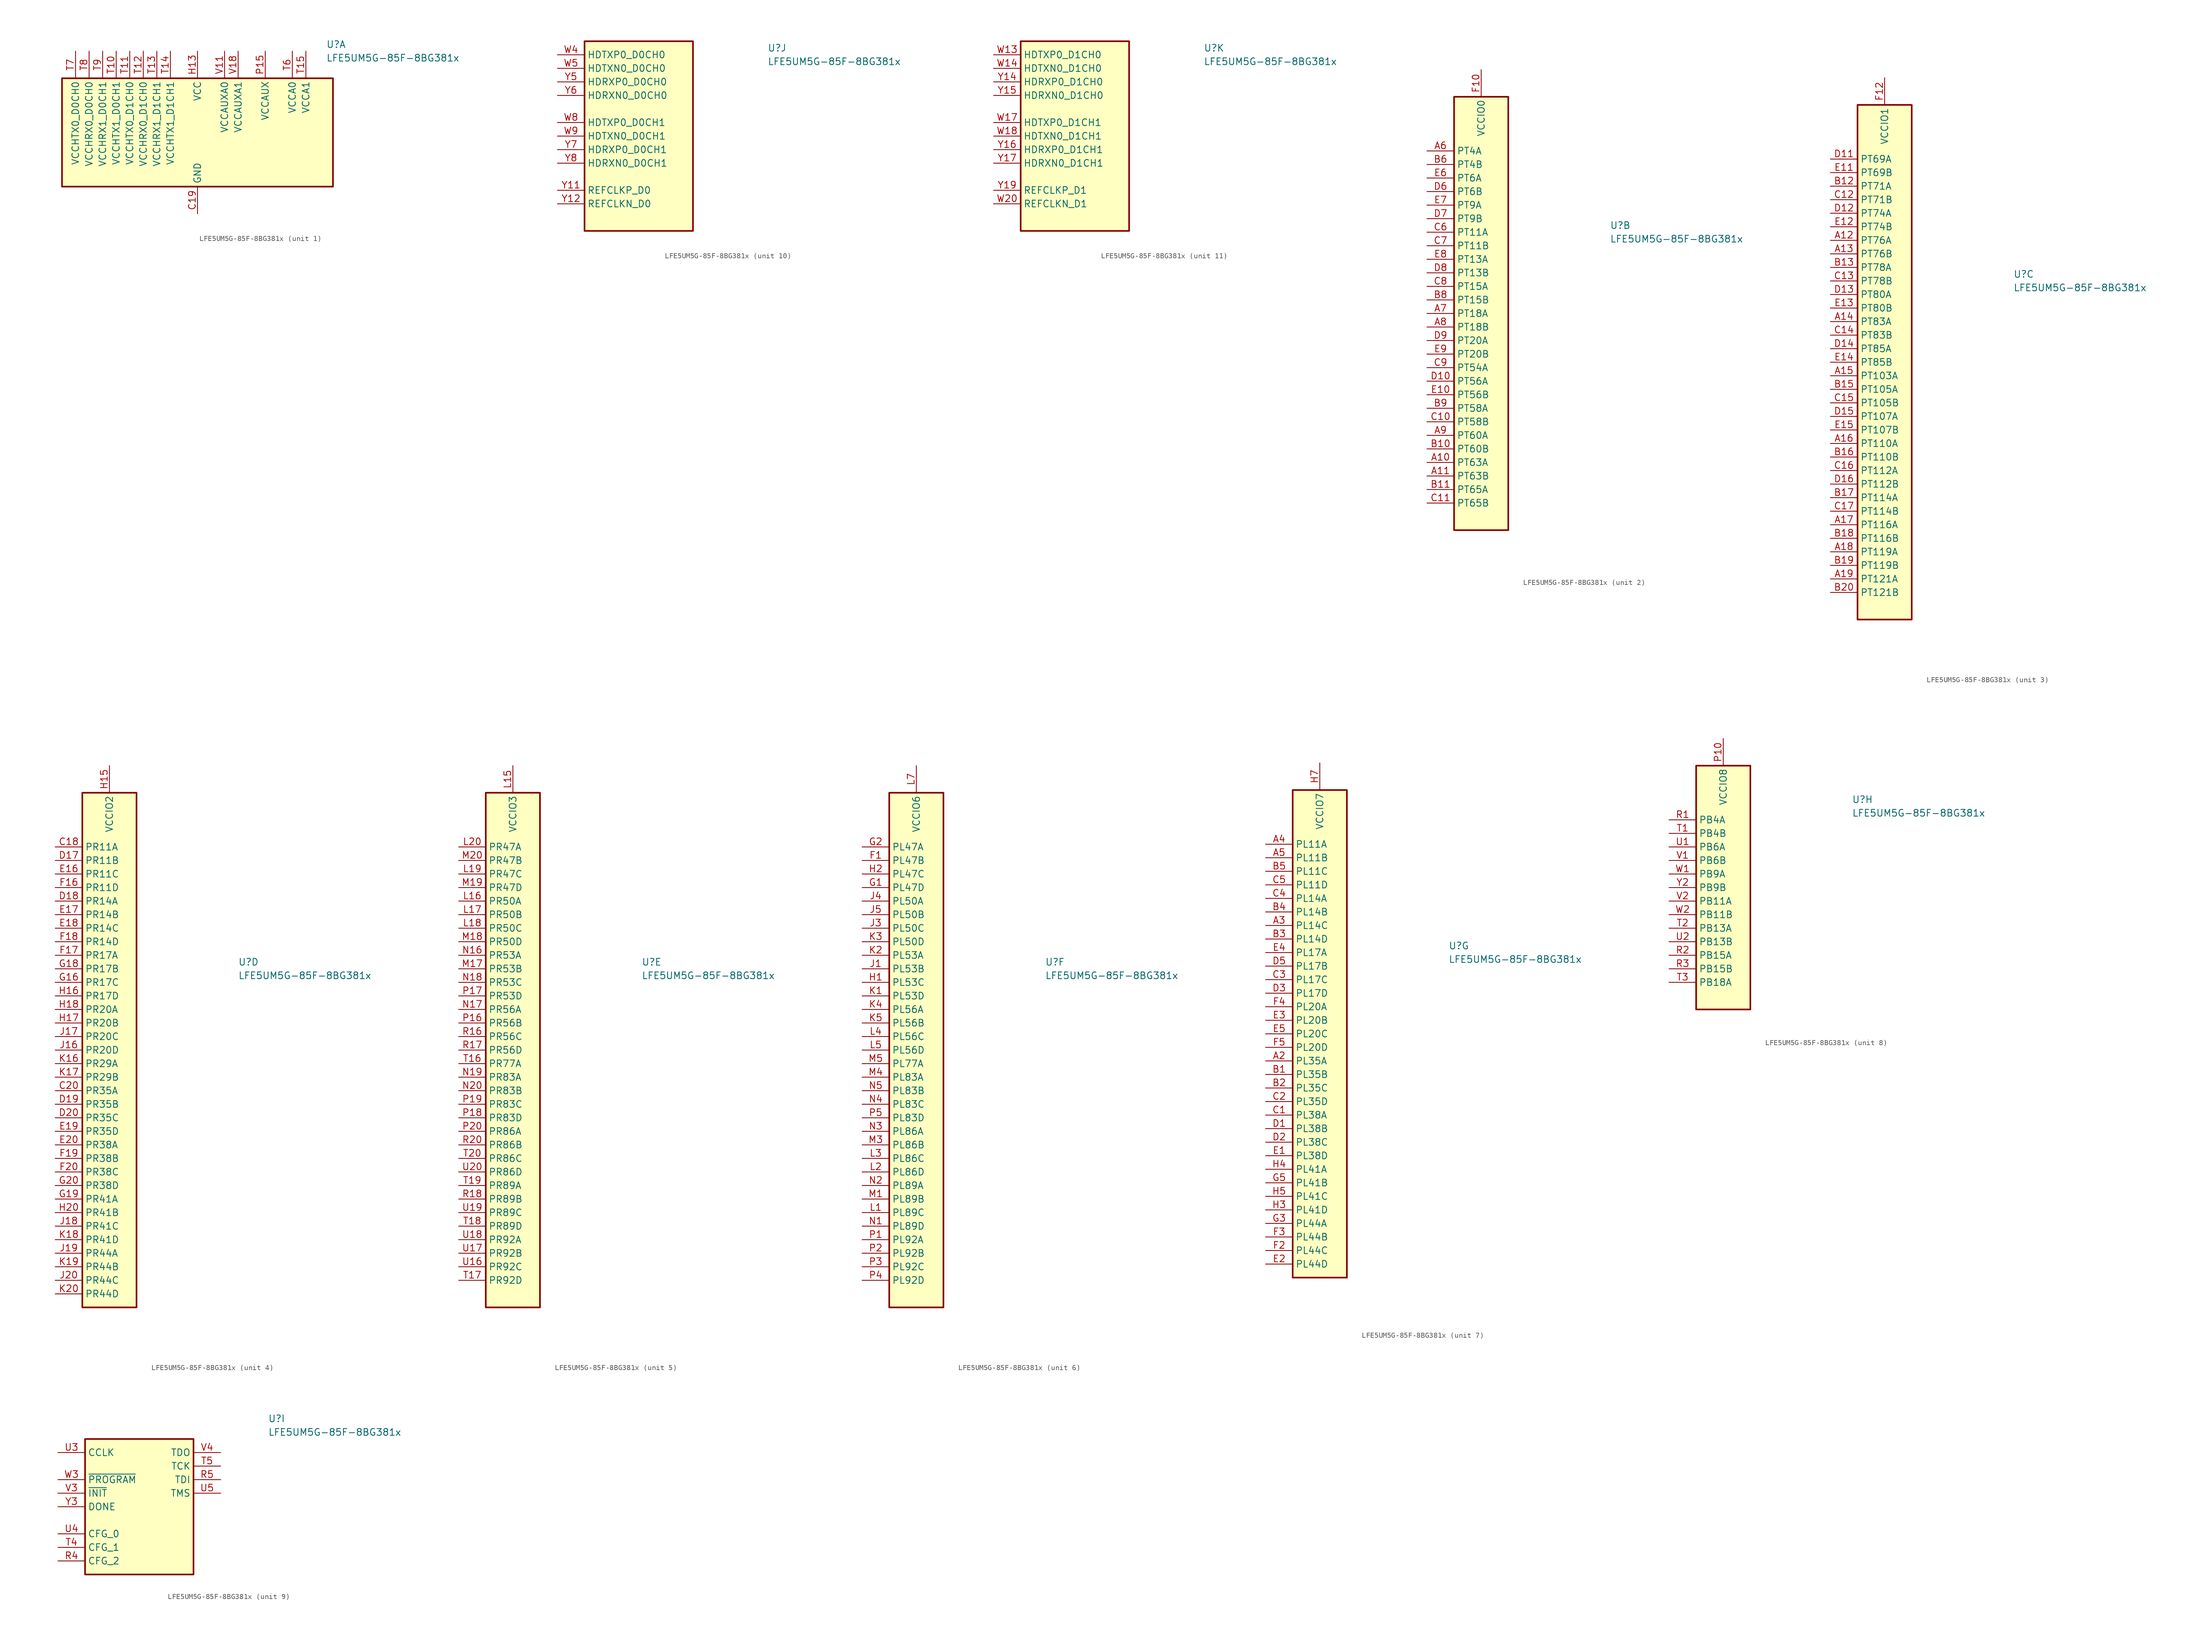
<source format=kicad_sym>
(kicad_symbol_lib
  (version 20211014)
  (generator kicad_symbol_editor)
  (symbol "LFE5UM5G-85F-8BG381x"
    (property "Reference" "U"
      (at 24.13 16.51 0)
      (effects (font (size 1.27 1.27)) (justify left)))
    (property "Value" "LFE5UM5G-85F-8BG381x"
      (at 24.13 13.97 0)
      (effects (font (size 1.27 1.27)) (justify left)))
    (property "ki_locked" ""
      (at 0 0 0)
      (effects (font (size 1.27 1.27))))
    (symbol "LFE5UM5G-85F-8BG381x_1_1"
      (rectangle (start -25.4 10.16) (end 25.4 -10.16) (stroke (width 0.305) (type default) (color 0 0 0 0)) (fill (type background)))
      (pin passive line (at 0 -15.24 90) (length 5.08) hide (name "GND" (effects (font (size 1.27 1.27)))) (number "B14" (effects (font (size 1.27 1.27)))))
      (pin passive line (at 0 -15.24 90) (length 5.08) hide (name "GND" (effects (font (size 1.27 1.27)))) (number "B7" (effects (font (size 1.27 1.27)))))
      (pin power_in line (at 0 -15.24 90) (length 5.08) (name "GND" (effects (font (size 1.27 1.27)))) (number "C19" (effects (font (size 1.27 1.27)))))
      (pin passive line (at 0 -15.24 90) (length 5.08) hide (name "GND" (effects (font (size 1.27 1.27)))) (number "D4" (effects (font (size 1.27 1.27)))))
      (pin passive line (at 0 -15.24 90) (length 5.08) hide (name "GND" (effects (font (size 1.27 1.27)))) (number "F13" (effects (font (size 1.27 1.27)))))
      (pin passive line (at 0 -15.24 90) (length 5.08) hide (name "GND" (effects (font (size 1.27 1.27)))) (number "F14" (effects (font (size 1.27 1.27)))))
      (pin passive line (at 12.7 15.24 270) (length 5.08) hide (name "VCCAUX" (effects (font (size 1.27 1.27)))) (number "F15" (effects (font (size 1.27 1.27)))))
      (pin passive line (at 12.7 15.24 270) (length 5.08) hide (name "VCCAUX" (effects (font (size 1.27 1.27)))) (number "F6" (effects (font (size 1.27 1.27)))))
      (pin passive line (at 0 -15.24 90) (length 5.08) hide (name "GND" (effects (font (size 1.27 1.27)))) (number "F7" (effects (font (size 1.27 1.27)))))
      (pin passive line (at 0 -15.24 90) (length 5.08) hide (name "GND" (effects (font (size 1.27 1.27)))) (number "F8" (effects (font (size 1.27 1.27)))))
      (pin passive line (at 0 -15.24 90) (length 5.08) hide (name "GND" (effects (font (size 1.27 1.27)))) (number "G10" (effects (font (size 1.27 1.27)))))
      (pin passive line (at 0 -15.24 90) (length 5.08) hide (name "GND" (effects (font (size 1.27 1.27)))) (number "G11" (effects (font (size 1.27 1.27)))))
      (pin passive line (at 0 -15.24 90) (length 5.08) hide (name "GND" (effects (font (size 1.27 1.27)))) (number "G12" (effects (font (size 1.27 1.27)))))
      (pin passive line (at 0 -15.24 90) (length 5.08) hide (name "GND" (effects (font (size 1.27 1.27)))) (number "G13" (effects (font (size 1.27 1.27)))))
      (pin passive line (at 0 -15.24 90) (length 5.08) hide (name "GND" (effects (font (size 1.27 1.27)))) (number "G14" (effects (font (size 1.27 1.27)))))
      (pin passive line (at 0 -15.24 90) (length 5.08) hide (name "GND" (effects (font (size 1.27 1.27)))) (number "G15" (effects (font (size 1.27 1.27)))))
      (pin passive line (at 0 -15.24 90) (length 5.08) hide (name "GND" (effects (font (size 1.27 1.27)))) (number "G17" (effects (font (size 1.27 1.27)))))
      (pin passive line (at 0 -15.24 90) (length 5.08) hide (name "GND" (effects (font (size 1.27 1.27)))) (number "G4" (effects (font (size 1.27 1.27)))))
      (pin passive line (at 0 -15.24 90) (length 5.08) hide (name "GND" (effects (font (size 1.27 1.27)))) (number "G6" (effects (font (size 1.27 1.27)))))
      (pin passive line (at 0 -15.24 90) (length 5.08) hide (name "GND" (effects (font (size 1.27 1.27)))) (number "G7" (effects (font (size 1.27 1.27)))))
      (pin passive line (at 0 -15.24 90) (length 5.08) hide (name "GND" (effects (font (size 1.27 1.27)))) (number "G8" (effects (font (size 1.27 1.27)))))
      (pin passive line (at 0 -15.24 90) (length 5.08) hide (name "GND" (effects (font (size 1.27 1.27)))) (number "G9" (effects (font (size 1.27 1.27)))))
      (pin passive line (at 0 15.24 270) (length 5.08) hide (name "VCC" (effects (font (size 1.27 1.27)))) (number "H10" (effects (font (size 1.27 1.27)))))
      (pin passive line (at 0 15.24 270) (length 5.08) hide (name "VCC" (effects (font (size 1.27 1.27)))) (number "H11" (effects (font (size 1.27 1.27)))))
      (pin passive line (at 0 15.24 270) (length 5.08) hide (name "VCC" (effects (font (size 1.27 1.27)))) (number "H12" (effects (font (size 1.27 1.27)))))
      (pin power_in line (at 0 15.24 270) (length 5.08) (name "VCC" (effects (font (size 1.27 1.27)))) (number "H13" (effects (font (size 1.27 1.27)))))
      (pin passive line (at 0 -15.24 90) (length 5.08) hide (name "GND" (effects (font (size 1.27 1.27)))) (number "H19" (effects (font (size 1.27 1.27)))))
      (pin passive line (at 0 15.24 270) (length 5.08) hide (name "VCC" (effects (font (size 1.27 1.27)))) (number "H8" (effects (font (size 1.27 1.27)))))
      (pin passive line (at 0 15.24 270) (length 5.08) hide (name "VCC" (effects (font (size 1.27 1.27)))) (number "H9" (effects (font (size 1.27 1.27)))))
      (pin passive line (at 0 -15.24 90) (length 5.08) hide (name "GND" (effects (font (size 1.27 1.27)))) (number "J10" (effects (font (size 1.27 1.27)))))
      (pin passive line (at 0 -15.24 90) (length 5.08) hide (name "GND" (effects (font (size 1.27 1.27)))) (number "J11" (effects (font (size 1.27 1.27)))))
      (pin passive line (at 0 -15.24 90) (length 5.08) hide (name "GND" (effects (font (size 1.27 1.27)))) (number "J12" (effects (font (size 1.27 1.27)))))
      (pin passive line (at 0 15.24 270) (length 5.08) hide (name "VCC" (effects (font (size 1.27 1.27)))) (number "J13" (effects (font (size 1.27 1.27)))))
      (pin passive line (at 0 -15.24 90) (length 5.08) hide (name "GND" (effects (font (size 1.27 1.27)))) (number "J14" (effects (font (size 1.27 1.27)))))
      (pin passive line (at 0 -15.24 90) (length 5.08) hide (name "GND" (effects (font (size 1.27 1.27)))) (number "J2" (effects (font (size 1.27 1.27)))))
      (pin passive line (at 0 -15.24 90) (length 5.08) hide (name "GND" (effects (font (size 1.27 1.27)))) (number "J7" (effects (font (size 1.27 1.27)))))
      (pin passive line (at 0 15.24 270) (length 5.08) hide (name "VCC" (effects (font (size 1.27 1.27)))) (number "J8" (effects (font (size 1.27 1.27)))))
      (pin passive line (at 0 -15.24 90) (length 5.08) hide (name "GND" (effects (font (size 1.27 1.27)))) (number "J9" (effects (font (size 1.27 1.27)))))
      (pin passive line (at 0 -15.24 90) (length 5.08) hide (name "GND" (effects (font (size 1.27 1.27)))) (number "K10" (effects (font (size 1.27 1.27)))))
      (pin passive line (at 0 -15.24 90) (length 5.08) hide (name "GND" (effects (font (size 1.27 1.27)))) (number "K11" (effects (font (size 1.27 1.27)))))
      (pin passive line (at 0 -15.24 90) (length 5.08) hide (name "GND" (effects (font (size 1.27 1.27)))) (number "K12" (effects (font (size 1.27 1.27)))))
      (pin passive line (at 0 15.24 270) (length 5.08) hide (name "VCC" (effects (font (size 1.27 1.27)))) (number "K13" (effects (font (size 1.27 1.27)))))
      (pin passive line (at 0 -15.24 90) (length 5.08) hide (name "GND" (effects (font (size 1.27 1.27)))) (number "K14" (effects (font (size 1.27 1.27)))))
      (pin passive line (at 0 -15.24 90) (length 5.08) hide (name "GND" (effects (font (size 1.27 1.27)))) (number "K15" (effects (font (size 1.27 1.27)))))
      (pin passive line (at 0 -15.24 90) (length 5.08) hide (name "GND" (effects (font (size 1.27 1.27)))) (number "K6" (effects (font (size 1.27 1.27)))))
      (pin passive line (at 0 -15.24 90) (length 5.08) hide (name "GND" (effects (font (size 1.27 1.27)))) (number "K7" (effects (font (size 1.27 1.27)))))
      (pin passive line (at 0 15.24 270) (length 5.08) hide (name "VCC" (effects (font (size 1.27 1.27)))) (number "K8" (effects (font (size 1.27 1.27)))))
      (pin passive line (at 0 -15.24 90) (length 5.08) hide (name "GND" (effects (font (size 1.27 1.27)))) (number "K9" (effects (font (size 1.27 1.27)))))
      (pin passive line (at 0 -15.24 90) (length 5.08) hide (name "GND" (effects (font (size 1.27 1.27)))) (number "L10" (effects (font (size 1.27 1.27)))))
      (pin passive line (at 0 -15.24 90) (length 5.08) hide (name "GND" (effects (font (size 1.27 1.27)))) (number "L11" (effects (font (size 1.27 1.27)))))
      (pin passive line (at 0 -15.24 90) (length 5.08) hide (name "GND" (effects (font (size 1.27 1.27)))) (number "L12" (effects (font (size 1.27 1.27)))))
      (pin passive line (at 0 15.24 270) (length 5.08) hide (name "VCC" (effects (font (size 1.27 1.27)))) (number "L13" (effects (font (size 1.27 1.27)))))
      (pin passive line (at 0 15.24 270) (length 5.08) hide (name "VCC" (effects (font (size 1.27 1.27)))) (number "L8" (effects (font (size 1.27 1.27)))))
      (pin passive line (at 0 -15.24 90) (length 5.08) hide (name "GND" (effects (font (size 1.27 1.27)))) (number "L9" (effects (font (size 1.27 1.27)))))
      (pin passive line (at 0 -15.24 90) (length 5.08) hide (name "GND" (effects (font (size 1.27 1.27)))) (number "M10" (effects (font (size 1.27 1.27)))))
      (pin passive line (at 0 -15.24 90) (length 5.08) hide (name "GND" (effects (font (size 1.27 1.27)))) (number "M11" (effects (font (size 1.27 1.27)))))
      (pin passive line (at 0 -15.24 90) (length 5.08) hide (name "GND" (effects (font (size 1.27 1.27)))) (number "M12" (effects (font (size 1.27 1.27)))))
      (pin passive line (at 0 15.24 270) (length 5.08) hide (name "VCC" (effects (font (size 1.27 1.27)))) (number "M13" (effects (font (size 1.27 1.27)))))
      (pin passive line (at 0 -15.24 90) (length 5.08) hide (name "GND" (effects (font (size 1.27 1.27)))) (number "M14" (effects (font (size 1.27 1.27)))))
      (pin passive line (at 0 -15.24 90) (length 5.08) hide (name "GND" (effects (font (size 1.27 1.27)))) (number "M16" (effects (font (size 1.27 1.27)))))
      (pin passive line (at 0 -15.24 90) (length 5.08) hide (name "GND" (effects (font (size 1.27 1.27)))) (number "M2" (effects (font (size 1.27 1.27)))))
      (pin passive line (at 0 -15.24 90) (length 5.08) hide (name "GND" (effects (font (size 1.27 1.27)))) (number "M7" (effects (font (size 1.27 1.27)))))
      (pin passive line (at 0 15.24 270) (length 5.08) hide (name "VCC" (effects (font (size 1.27 1.27)))) (number "M8" (effects (font (size 1.27 1.27)))))
      (pin passive line (at 0 -15.24 90) (length 5.08) hide (name "GND" (effects (font (size 1.27 1.27)))) (number "M9" (effects (font (size 1.27 1.27)))))
      (pin passive line (at 0 15.24 270) (length 5.08) hide (name "VCC" (effects (font (size 1.27 1.27)))) (number "N10" (effects (font (size 1.27 1.27)))))
      (pin passive line (at 0 15.24 270) (length 5.08) hide (name "VCC" (effects (font (size 1.27 1.27)))) (number "N11" (effects (font (size 1.27 1.27)))))
      (pin passive line (at 0 15.24 270) (length 5.08) hide (name "VCC" (effects (font (size 1.27 1.27)))) (number "N12" (effects (font (size 1.27 1.27)))))
      (pin passive line (at 0 15.24 270) (length 5.08) hide (name "VCC" (effects (font (size 1.27 1.27)))) (number "N13" (effects (font (size 1.27 1.27)))))
      (pin passive line (at 0 -15.24 90) (length 5.08) hide (name "GND" (effects (font (size 1.27 1.27)))) (number "N14" (effects (font (size 1.27 1.27)))))
      (pin passive line (at 0 -15.24 90) (length 5.08) hide (name "GND" (effects (font (size 1.27 1.27)))) (number "N15" (effects (font (size 1.27 1.27)))))
      (pin passive line (at 0 -15.24 90) (length 5.08) hide (name "GND" (effects (font (size 1.27 1.27)))) (number "N6" (effects (font (size 1.27 1.27)))))
      (pin passive line (at 0 -15.24 90) (length 5.08) hide (name "GND" (effects (font (size 1.27 1.27)))) (number "N7" (effects (font (size 1.27 1.27)))))
      (pin passive line (at 0 15.24 270) (length 5.08) hide (name "VCC" (effects (font (size 1.27 1.27)))) (number "N8" (effects (font (size 1.27 1.27)))))
      (pin passive line (at 0 15.24 270) (length 5.08) hide (name "VCC" (effects (font (size 1.27 1.27)))) (number "N9" (effects (font (size 1.27 1.27)))))
      (pin passive line (at 0 -15.24 90) (length 5.08) hide (name "GND" (effects (font (size 1.27 1.27)))) (number "P11" (effects (font (size 1.27 1.27)))))
      (pin passive line (at 0 -15.24 90) (length 5.08) hide (name "GND" (effects (font (size 1.27 1.27)))) (number "P12" (effects (font (size 1.27 1.27)))))
      (pin passive line (at 0 -15.24 90) (length 5.08) hide (name "GND" (effects (font (size 1.27 1.27)))) (number "P13" (effects (font (size 1.27 1.27)))))
      (pin passive line (at 0 -15.24 90) (length 5.08) hide (name "GND" (effects (font (size 1.27 1.27)))) (number "P14" (effects (font (size 1.27 1.27)))))
      (pin power_in line (at 12.7 15.24 270) (length 5.08) (name "VCCAUX" (effects (font (size 1.27 1.27)))) (number "P15" (effects (font (size 1.27 1.27)))))
      (pin passive line (at 12.7 15.24 270) (length 5.08) hide (name "VCCAUX" (effects (font (size 1.27 1.27)))) (number "P6" (effects (font (size 1.27 1.27)))))
      (pin passive line (at 0 -15.24 90) (length 5.08) hide (name "GND" (effects (font (size 1.27 1.27)))) (number "P7" (effects (font (size 1.27 1.27)))))
      (pin passive line (at 0 -15.24 90) (length 5.08) hide (name "GND" (effects (font (size 1.27 1.27)))) (number "P8" (effects (font (size 1.27 1.27)))))
      (pin passive line (at 0 -15.24 90) (length 5.08) hide (name "GND" (effects (font (size 1.27 1.27)))) (number "R19" (effects (font (size 1.27 1.27)))))
      (pin power_in line (at -15.24 15.24 270) (length 5.08) (name "VCCHTX1_D0CH1" (effects (font (size 1.27 1.27)))) (number "T10" (effects (font (size 1.27 1.27)))))
      (pin power_in line (at -12.7 15.24 270) (length 5.08) (name "VCCHTX0_D1CH0" (effects (font (size 1.27 1.27)))) (number "T11" (effects (font (size 1.27 1.27)))))
      (pin power_in line (at -10.16 15.24 270) (length 5.08) (name "VCCHRX0_D1CH0" (effects (font (size 1.27 1.27)))) (number "T12" (effects (font (size 1.27 1.27)))))
      (pin power_in line (at -7.62 15.24 270) (length 5.08) (name "VCCHRX1_D1CH1" (effects (font (size 1.27 1.27)))) (number "T13" (effects (font (size 1.27 1.27)))))
      (pin power_in line (at -5.08 15.24 270) (length 5.08) (name "VCCHTX1_D1CH1" (effects (font (size 1.27 1.27)))) (number "T14" (effects (font (size 1.27 1.27)))))
      (pin power_in line (at 20.32 15.24 270) (length 5.08) (name "VCCA1" (effects (font (size 1.27 1.27)))) (number "T15" (effects (font (size 1.27 1.27)))))
      (pin power_in line (at 17.78 15.24 270) (length 5.08) (name "VCCA0" (effects (font (size 1.27 1.27)))) (number "T6" (effects (font (size 1.27 1.27)))))
      (pin power_in line (at -22.86 15.24 270) (length 5.08) (name "VCCHTX0_D0CH0" (effects (font (size 1.27 1.27)))) (number "T7" (effects (font (size 1.27 1.27)))))
      (pin power_in line (at -20.32 15.24 270) (length 5.08) (name "VCCHRX0_D0CH0" (effects (font (size 1.27 1.27)))) (number "T8" (effects (font (size 1.27 1.27)))))
      (pin power_in line (at -17.78 15.24 270) (length 5.08) (name "VCCHRX1_D0CH1" (effects (font (size 1.27 1.27)))) (number "T9" (effects (font (size 1.27 1.27)))))
      (pin passive line (at 0 -15.24 90) (length 5.08) hide (name "GND" (effects (font (size 1.27 1.27)))) (number "U10" (effects (font (size 1.27 1.27)))))
      (pin passive line (at 0 -15.24 90) (length 5.08) hide (name "GND" (effects (font (size 1.27 1.27)))) (number "U11" (effects (font (size 1.27 1.27)))))
      (pin passive line (at 0 -15.24 90) (length 5.08) hide (name "GND" (effects (font (size 1.27 1.27)))) (number "U12" (effects (font (size 1.27 1.27)))))
      (pin passive line (at 0 -15.24 90) (length 5.08) hide (name "GND" (effects (font (size 1.27 1.27)))) (number "U13" (effects (font (size 1.27 1.27)))))
      (pin passive line (at 0 -15.24 90) (length 5.08) hide (name "GND" (effects (font (size 1.27 1.27)))) (number "U14" (effects (font (size 1.27 1.27)))))
      (pin passive line (at 20.32 15.24 270) (length 5.08) hide (name "VCCA1" (effects (font (size 1.27 1.27)))) (number "U15" (effects (font (size 1.27 1.27)))))
      (pin passive line (at 17.78 15.24 270) (length 5.08) hide (name "VCCA0" (effects (font (size 1.27 1.27)))) (number "U6" (effects (font (size 1.27 1.27)))))
      (pin passive line (at 0 -15.24 90) (length 5.08) hide (name "GND" (effects (font (size 1.27 1.27)))) (number "U7" (effects (font (size 1.27 1.27)))))
      (pin passive line (at 0 -15.24 90) (length 5.08) hide (name "GND" (effects (font (size 1.27 1.27)))) (number "U8" (effects (font (size 1.27 1.27)))))
      (pin passive line (at 0 -15.24 90) (length 5.08) hide (name "GND" (effects (font (size 1.27 1.27)))) (number "U9" (effects (font (size 1.27 1.27)))))
      (pin passive line (at 5.08 15.24 270) (length 5.08) hide (name "VCCAUXA0" (effects (font (size 1.27 1.27)))) (number "V10" (effects (font (size 1.27 1.27)))))
      (pin power_in line (at 5.08 15.24 270) (length 5.08) (name "VCCAUXA0" (effects (font (size 1.27 1.27)))) (number "V11" (effects (font (size 1.27 1.27)))))
      (pin passive line (at 0 -15.24 90) (length 5.08) hide (name "GND" (effects (font (size 1.27 1.27)))) (number "V12" (effects (font (size 1.27 1.27)))))
      (pin passive line (at 0 -15.24 90) (length 5.08) hide (name "GND" (effects (font (size 1.27 1.27)))) (number "V13" (effects (font (size 1.27 1.27)))))
      (pin passive line (at 0 -15.24 90) (length 5.08) hide (name "GND" (effects (font (size 1.27 1.27)))) (number "V14" (effects (font (size 1.27 1.27)))))
      (pin passive line (at 0 -15.24 90) (length 5.08) hide (name "GND" (effects (font (size 1.27 1.27)))) (number "V15" (effects (font (size 1.27 1.27)))))
      (pin passive line (at 0 -15.24 90) (length 5.08) hide (name "GND" (effects (font (size 1.27 1.27)))) (number "V16" (effects (font (size 1.27 1.27)))))
      (pin passive line (at 7.62 15.24 270) (length 5.08) hide (name "VCCAUXA1" (effects (font (size 1.27 1.27)))) (number "V17" (effects (font (size 1.27 1.27)))))
      (pin power_in line (at 7.62 15.24 270) (length 5.08) (name "VCCAUXA1" (effects (font (size 1.27 1.27)))) (number "V18" (effects (font (size 1.27 1.27)))))
      (pin passive line (at 0 -15.24 90) (length 5.08) hide (name "GND" (effects (font (size 1.27 1.27)))) (number "V19" (effects (font (size 1.27 1.27)))))
      (pin passive line (at 0 -15.24 90) (length 5.08) hide (name "GND" (effects (font (size 1.27 1.27)))) (number "V20" (effects (font (size 1.27 1.27)))))
      (pin passive line (at 0 -15.24 90) (length 5.08) hide (name "GND" (effects (font (size 1.27 1.27)))) (number "V5" (effects (font (size 1.27 1.27)))))
      (pin passive line (at 0 -15.24 90) (length 5.08) hide (name "GND" (effects (font (size 1.27 1.27)))) (number "V6" (effects (font (size 1.27 1.27)))))
      (pin passive line (at 0 -15.24 90) (length 5.08) hide (name "GND" (effects (font (size 1.27 1.27)))) (number "V7" (effects (font (size 1.27 1.27)))))
      (pin passive line (at 0 -15.24 90) (length 5.08) hide (name "GND" (effects (font (size 1.27 1.27)))) (number "V8" (effects (font (size 1.27 1.27)))))
      (pin passive line (at 0 -15.24 90) (length 5.08) hide (name "GND" (effects (font (size 1.27 1.27)))) (number "V9" (effects (font (size 1.27 1.27)))))
      (pin passive line (at 0 -15.24 90) (length 5.08) hide (name "GND" (effects (font (size 1.27 1.27)))) (number "W12" (effects (font (size 1.27 1.27)))))
      (pin passive line (at 0 -15.24 90) (length 5.08) hide (name "GND" (effects (font (size 1.27 1.27)))) (number "W15" (effects (font (size 1.27 1.27)))))
      (pin passive line (at 0 -15.24 90) (length 5.08) hide (name "GND" (effects (font (size 1.27 1.27)))) (number "W16" (effects (font (size 1.27 1.27)))))
      (pin passive line (at 0 -15.24 90) (length 5.08) hide (name "GND" (effects (font (size 1.27 1.27)))) (number "W19" (effects (font (size 1.27 1.27)))))
      (pin passive line (at 0 -15.24 90) (length 5.08) hide (name "GND" (effects (font (size 1.27 1.27)))) (number "W6" (effects (font (size 1.27 1.27)))))
      (pin passive line (at 0 -15.24 90) (length 5.08) hide (name "GND" (effects (font (size 1.27 1.27)))) (number "W7" (effects (font (size 1.27 1.27))))))
    (symbol "LFE5UM5G-85F-8BG381x_2_1"
      (rectangle (start -5.08 40.64) (end 5.08 -40.64) (stroke (width 0.305) (type default) (color 0 0 0 0)) (fill (type background)))
      (pin bidirectional line (at -10.16 -27.94 0) (length 5.08) (name "PT63A" (effects (font (size 1.27 1.27)))) (number "A10" (effects (font (size 1.27 1.27)))))
      (pin bidirectional line (at -10.16 -30.48 0) (length 5.08) (name "PT63B" (effects (font (size 1.27 1.27)))) (number "A11" (effects (font (size 1.27 1.27)))))
      (pin bidirectional line (at -10.16 30.48 0) (length 5.08) (name "PT4A" (effects (font (size 1.27 1.27)))) (number "A6" (effects (font (size 1.27 1.27)))))
      (pin bidirectional line (at -10.16 0 0) (length 5.08) (name "PT18A" (effects (font (size 1.27 1.27)))) (number "A7" (effects (font (size 1.27 1.27)))))
      (pin bidirectional line (at -10.16 -2.54 0) (length 5.08) (name "PT18B" (effects (font (size 1.27 1.27)))) (number "A8" (effects (font (size 1.27 1.27)))))
      (pin bidirectional line (at -10.16 -22.86 0) (length 5.08) (name "PT60A" (effects (font (size 1.27 1.27)))) (number "A9" (effects (font (size 1.27 1.27)))))
      (pin bidirectional line (at -10.16 -25.4 0) (length 5.08) (name "PT60B" (effects (font (size 1.27 1.27)))) (number "B10" (effects (font (size 1.27 1.27)))))
      (pin bidirectional line (at -10.16 -33.02 0) (length 5.08) (name "PT65A" (effects (font (size 1.27 1.27)))) (number "B11" (effects (font (size 1.27 1.27)))))
      (pin bidirectional line (at -10.16 27.94 0) (length 5.08) (name "PT4B" (effects (font (size 1.27 1.27)))) (number "B6" (effects (font (size 1.27 1.27)))))
      (pin bidirectional line (at -10.16 2.54 0) (length 5.08) (name "PT15B" (effects (font (size 1.27 1.27)))) (number "B8" (effects (font (size 1.27 1.27)))))
      (pin bidirectional line (at -10.16 -17.78 0) (length 5.08) (name "PT58A" (effects (font (size 1.27 1.27)))) (number "B9" (effects (font (size 1.27 1.27)))))
      (pin bidirectional line (at -10.16 -20.32 0) (length 5.08) (name "PT58B" (effects (font (size 1.27 1.27)))) (number "C10" (effects (font (size 1.27 1.27)))))
      (pin bidirectional line (at -10.16 -35.56 0) (length 5.08) (name "PT65B" (effects (font (size 1.27 1.27)))) (number "C11" (effects (font (size 1.27 1.27)))))
      (pin bidirectional line (at -10.16 15.24 0) (length 5.08) (name "PT11A" (effects (font (size 1.27 1.27)))) (number "C6" (effects (font (size 1.27 1.27)))))
      (pin bidirectional line (at -10.16 12.7 0) (length 5.08) (name "PT11B" (effects (font (size 1.27 1.27)))) (number "C7" (effects (font (size 1.27 1.27)))))
      (pin bidirectional line (at -10.16 5.08 0) (length 5.08) (name "PT15A" (effects (font (size 1.27 1.27)))) (number "C8" (effects (font (size 1.27 1.27)))))
      (pin bidirectional line (at -10.16 -10.16 0) (length 5.08) (name "PT54A" (effects (font (size 1.27 1.27)))) (number "C9" (effects (font (size 1.27 1.27)))))
      (pin bidirectional line (at -10.16 -12.7 0) (length 5.08) (name "PT56A" (effects (font (size 1.27 1.27)))) (number "D10" (effects (font (size 1.27 1.27)))))
      (pin bidirectional line (at -10.16 22.86 0) (length 5.08) (name "PT6B" (effects (font (size 1.27 1.27)))) (number "D6" (effects (font (size 1.27 1.27)))))
      (pin bidirectional line (at -10.16 17.78 0) (length 5.08) (name "PT9B" (effects (font (size 1.27 1.27)))) (number "D7" (effects (font (size 1.27 1.27)))))
      (pin bidirectional line (at -10.16 7.62 0) (length 5.08) (name "PT13B" (effects (font (size 1.27 1.27)))) (number "D8" (effects (font (size 1.27 1.27)))))
      (pin bidirectional line (at -10.16 -5.08 0) (length 5.08) (name "PT20A" (effects (font (size 1.27 1.27)))) (number "D9" (effects (font (size 1.27 1.27)))))
      (pin bidirectional line (at -10.16 -15.24 0) (length 5.08) (name "PT56B" (effects (font (size 1.27 1.27)))) (number "E10" (effects (font (size 1.27 1.27)))))
      (pin bidirectional line (at -10.16 25.4 0) (length 5.08) (name "PT6A" (effects (font (size 1.27 1.27)))) (number "E6" (effects (font (size 1.27 1.27)))))
      (pin bidirectional line (at -10.16 20.32 0) (length 5.08) (name "PT9A" (effects (font (size 1.27 1.27)))) (number "E7" (effects (font (size 1.27 1.27)))))
      (pin bidirectional line (at -10.16 10.16 0) (length 5.08) (name "PT13A" (effects (font (size 1.27 1.27)))) (number "E8" (effects (font (size 1.27 1.27)))))
      (pin bidirectional line (at -10.16 -7.62 0) (length 5.08) (name "PT20B" (effects (font (size 1.27 1.27)))) (number "E9" (effects (font (size 1.27 1.27)))))
      (pin power_in line (at 0 45.72 270) (length 5.08) (name "VCCIO0" (effects (font (size 1.27 1.27)))) (number "F10" (effects (font (size 1.27 1.27)))))
      (pin passive line (at 0 45.72 270) (length 5.08) hide (name "VCCIO0" (effects (font (size 1.27 1.27)))) (number "F9" (effects (font (size 1.27 1.27))))))
    (symbol "LFE5UM5G-85F-8BG381x_3_1"
      (rectangle (start -5.08 48.26) (end 5.08 -48.26) (stroke (width 0.305) (type default) (color 0 0 0 0)) (fill (type background)))
      (pin bidirectional line (at -10.16 22.86 0) (length 5.08) (name "PT76A" (effects (font (size 1.27 1.27)))) (number "A12" (effects (font (size 1.27 1.27)))))
      (pin bidirectional line (at -10.16 20.32 0) (length 5.08) (name "PT76B" (effects (font (size 1.27 1.27)))) (number "A13" (effects (font (size 1.27 1.27)))))
      (pin bidirectional line (at -10.16 7.62 0) (length 5.08) (name "PT83A" (effects (font (size 1.27 1.27)))) (number "A14" (effects (font (size 1.27 1.27)))))
      (pin bidirectional line (at -10.16 -2.54 0) (length 5.08) (name "PT103A" (effects (font (size 1.27 1.27)))) (number "A15" (effects (font (size 1.27 1.27)))))
      (pin bidirectional line (at -10.16 -15.24 0) (length 5.08) (name "PT110A" (effects (font (size 1.27 1.27)))) (number "A16" (effects (font (size 1.27 1.27)))))
      (pin bidirectional line (at -10.16 -30.48 0) (length 5.08) (name "PT116A" (effects (font (size 1.27 1.27)))) (number "A17" (effects (font (size 1.27 1.27)))))
      (pin bidirectional line (at -10.16 -35.56 0) (length 5.08) (name "PT119A" (effects (font (size 1.27 1.27)))) (number "A18" (effects (font (size 1.27 1.27)))))
      (pin bidirectional line (at -10.16 -40.64 0) (length 5.08) (name "PT121A" (effects (font (size 1.27 1.27)))) (number "A19" (effects (font (size 1.27 1.27)))))
      (pin bidirectional line (at -10.16 33.02 0) (length 5.08) (name "PT71A" (effects (font (size 1.27 1.27)))) (number "B12" (effects (font (size 1.27 1.27)))))
      (pin bidirectional line (at -10.16 17.78 0) (length 5.08) (name "PT78A" (effects (font (size 1.27 1.27)))) (number "B13" (effects (font (size 1.27 1.27)))))
      (pin bidirectional line (at -10.16 -5.08 0) (length 5.08) (name "PT105A" (effects (font (size 1.27 1.27)))) (number "B15" (effects (font (size 1.27 1.27)))))
      (pin bidirectional line (at -10.16 -17.78 0) (length 5.08) (name "PT110B" (effects (font (size 1.27 1.27)))) (number "B16" (effects (font (size 1.27 1.27)))))
      (pin bidirectional line (at -10.16 -25.4 0) (length 5.08) (name "PT114A" (effects (font (size 1.27 1.27)))) (number "B17" (effects (font (size 1.27 1.27)))))
      (pin bidirectional line (at -10.16 -33.02 0) (length 5.08) (name "PT116B" (effects (font (size 1.27 1.27)))) (number "B18" (effects (font (size 1.27 1.27)))))
      (pin bidirectional line (at -10.16 -38.1 0) (length 5.08) (name "PT119B" (effects (font (size 1.27 1.27)))) (number "B19" (effects (font (size 1.27 1.27)))))
      (pin bidirectional line (at -10.16 -43.18 0) (length 5.08) (name "PT121B" (effects (font (size 1.27 1.27)))) (number "B20" (effects (font (size 1.27 1.27)))))
      (pin bidirectional line (at -10.16 30.48 0) (length 5.08) (name "PT71B" (effects (font (size 1.27 1.27)))) (number "C12" (effects (font (size 1.27 1.27)))))
      (pin bidirectional line (at -10.16 15.24 0) (length 5.08) (name "PT78B" (effects (font (size 1.27 1.27)))) (number "C13" (effects (font (size 1.27 1.27)))))
      (pin bidirectional line (at -10.16 5.08 0) (length 5.08) (name "PT83B" (effects (font (size 1.27 1.27)))) (number "C14" (effects (font (size 1.27 1.27)))))
      (pin bidirectional line (at -10.16 -7.62 0) (length 5.08) (name "PT105B" (effects (font (size 1.27 1.27)))) (number "C15" (effects (font (size 1.27 1.27)))))
      (pin bidirectional line (at -10.16 -20.32 0) (length 5.08) (name "PT112A" (effects (font (size 1.27 1.27)))) (number "C16" (effects (font (size 1.27 1.27)))))
      (pin bidirectional line (at -10.16 -27.94 0) (length 5.08) (name "PT114B" (effects (font (size 1.27 1.27)))) (number "C17" (effects (font (size 1.27 1.27)))))
      (pin bidirectional line (at -10.16 38.1 0) (length 5.08) (name "PT69A" (effects (font (size 1.27 1.27)))) (number "D11" (effects (font (size 1.27 1.27)))))
      (pin bidirectional line (at -10.16 27.94 0) (length 5.08) (name "PT74A" (effects (font (size 1.27 1.27)))) (number "D12" (effects (font (size 1.27 1.27)))))
      (pin bidirectional line (at -10.16 12.7 0) (length 5.08) (name "PT80A" (effects (font (size 1.27 1.27)))) (number "D13" (effects (font (size 1.27 1.27)))))
      (pin bidirectional line (at -10.16 2.54 0) (length 5.08) (name "PT85A" (effects (font (size 1.27 1.27)))) (number "D14" (effects (font (size 1.27 1.27)))))
      (pin bidirectional line (at -10.16 -10.16 0) (length 5.08) (name "PT107A" (effects (font (size 1.27 1.27)))) (number "D15" (effects (font (size 1.27 1.27)))))
      (pin bidirectional line (at -10.16 -22.86 0) (length 5.08) (name "PT112B" (effects (font (size 1.27 1.27)))) (number "D16" (effects (font (size 1.27 1.27)))))
      (pin bidirectional line (at -10.16 35.56 0) (length 5.08) (name "PT69B" (effects (font (size 1.27 1.27)))) (number "E11" (effects (font (size 1.27 1.27)))))
      (pin bidirectional line (at -10.16 25.4 0) (length 5.08) (name "PT74B" (effects (font (size 1.27 1.27)))) (number "E12" (effects (font (size 1.27 1.27)))))
      (pin bidirectional line (at -10.16 10.16 0) (length 5.08) (name "PT80B" (effects (font (size 1.27 1.27)))) (number "E13" (effects (font (size 1.27 1.27)))))
      (pin bidirectional line (at -10.16 0 0) (length 5.08) (name "PT85B" (effects (font (size 1.27 1.27)))) (number "E14" (effects (font (size 1.27 1.27)))))
      (pin bidirectional line (at -10.16 -12.7 0) (length 5.08) (name "PT107B" (effects (font (size 1.27 1.27)))) (number "E15" (effects (font (size 1.27 1.27)))))
      (pin passive line (at 0 53.34 270) (length 5.08) hide (name "VCCIO1" (effects (font (size 1.27 1.27)))) (number "F11" (effects (font (size 1.27 1.27)))))
      (pin power_in line (at 0 53.34 270) (length 5.08) (name "VCCIO1" (effects (font (size 1.27 1.27)))) (number "F12" (effects (font (size 1.27 1.27))))))
    (symbol "LFE5UM5G-85F-8BG381x_4_1"
      (rectangle (start -5.08 48.26) (end 5.08 -48.26) (stroke (width 0.305) (type default) (color 0 0 0 0)) (fill (type background)))
      (pin bidirectional line (at -10.16 38.1 0) (length 5.08) (name "PR11A" (effects (font (size 1.27 1.27)))) (number "C18" (effects (font (size 1.27 1.27)))))
      (pin bidirectional line (at -10.16 -7.62 0) (length 5.08) (name "PR35A" (effects (font (size 1.27 1.27)))) (number "C20" (effects (font (size 1.27 1.27)))))
      (pin bidirectional line (at -10.16 35.56 0) (length 5.08) (name "PR11B" (effects (font (size 1.27 1.27)))) (number "D17" (effects (font (size 1.27 1.27)))))
      (pin bidirectional line (at -10.16 27.94 0) (length 5.08) (name "PR14A" (effects (font (size 1.27 1.27)))) (number "D18" (effects (font (size 1.27 1.27)))))
      (pin bidirectional line (at -10.16 -10.16 0) (length 5.08) (name "PR35B" (effects (font (size 1.27 1.27)))) (number "D19" (effects (font (size 1.27 1.27)))))
      (pin bidirectional line (at -10.16 -12.7 0) (length 5.08) (name "PR35C" (effects (font (size 1.27 1.27)))) (number "D20" (effects (font (size 1.27 1.27)))))
      (pin bidirectional line (at -10.16 33.02 0) (length 5.08) (name "PR11C" (effects (font (size 1.27 1.27)))) (number "E16" (effects (font (size 1.27 1.27)))))
      (pin bidirectional line (at -10.16 25.4 0) (length 5.08) (name "PR14B" (effects (font (size 1.27 1.27)))) (number "E17" (effects (font (size 1.27 1.27)))))
      (pin bidirectional line (at -10.16 22.86 0) (length 5.08) (name "PR14C" (effects (font (size 1.27 1.27)))) (number "E18" (effects (font (size 1.27 1.27)))))
      (pin bidirectional line (at -10.16 -15.24 0) (length 5.08) (name "PR35D" (effects (font (size 1.27 1.27)))) (number "E19" (effects (font (size 1.27 1.27)))))
      (pin bidirectional line (at -10.16 -17.78 0) (length 5.08) (name "PR38A" (effects (font (size 1.27 1.27)))) (number "E20" (effects (font (size 1.27 1.27)))))
      (pin bidirectional line (at -10.16 30.48 0) (length 5.08) (name "PR11D" (effects (font (size 1.27 1.27)))) (number "F16" (effects (font (size 1.27 1.27)))))
      (pin bidirectional line (at -10.16 17.78 0) (length 5.08) (name "PR17A" (effects (font (size 1.27 1.27)))) (number "F17" (effects (font (size 1.27 1.27)))))
      (pin bidirectional line (at -10.16 20.32 0) (length 5.08) (name "PR14D" (effects (font (size 1.27 1.27)))) (number "F18" (effects (font (size 1.27 1.27)))))
      (pin bidirectional line (at -10.16 -20.32 0) (length 5.08) (name "PR38B" (effects (font (size 1.27 1.27)))) (number "F19" (effects (font (size 1.27 1.27)))))
      (pin bidirectional line (at -10.16 -22.86 0) (length 5.08) (name "PR38C" (effects (font (size 1.27 1.27)))) (number "F20" (effects (font (size 1.27 1.27)))))
      (pin bidirectional line (at -10.16 12.7 0) (length 5.08) (name "PR17C" (effects (font (size 1.27 1.27)))) (number "G16" (effects (font (size 1.27 1.27)))))
      (pin bidirectional line (at -10.16 15.24 0) (length 5.08) (name "PR17B" (effects (font (size 1.27 1.27)))) (number "G18" (effects (font (size 1.27 1.27)))))
      (pin bidirectional line (at -10.16 -27.94 0) (length 5.08) (name "PR41A" (effects (font (size 1.27 1.27)))) (number "G19" (effects (font (size 1.27 1.27)))))
      (pin bidirectional line (at -10.16 -25.4 0) (length 5.08) (name "PR38D" (effects (font (size 1.27 1.27)))) (number "G20" (effects (font (size 1.27 1.27)))))
      (pin passive line (at 0 53.34 270) (length 5.08) hide (name "VCCIO2" (effects (font (size 1.27 1.27)))) (number "H14" (effects (font (size 1.27 1.27)))))
      (pin power_in line (at 0 53.34 270) (length 5.08) (name "VCCIO2" (effects (font (size 1.27 1.27)))) (number "H15" (effects (font (size 1.27 1.27)))))
      (pin bidirectional line (at -10.16 10.16 0) (length 5.08) (name "PR17D" (effects (font (size 1.27 1.27)))) (number "H16" (effects (font (size 1.27 1.27)))))
      (pin bidirectional line (at -10.16 5.08 0) (length 5.08) (name "PR20B" (effects (font (size 1.27 1.27)))) (number "H17" (effects (font (size 1.27 1.27)))))
      (pin bidirectional line (at -10.16 7.62 0) (length 5.08) (name "PR20A" (effects (font (size 1.27 1.27)))) (number "H18" (effects (font (size 1.27 1.27)))))
      (pin bidirectional line (at -10.16 -30.48 0) (length 5.08) (name "PR41B" (effects (font (size 1.27 1.27)))) (number "H20" (effects (font (size 1.27 1.27)))))
      (pin passive line (at 0 53.34 270) (length 5.08) hide (name "VCCIO2" (effects (font (size 1.27 1.27)))) (number "J15" (effects (font (size 1.27 1.27)))))
      (pin bidirectional line (at -10.16 0 0) (length 5.08) (name "PR20D" (effects (font (size 1.27 1.27)))) (number "J16" (effects (font (size 1.27 1.27)))))
      (pin bidirectional line (at -10.16 2.54 0) (length 5.08) (name "PR20C" (effects (font (size 1.27 1.27)))) (number "J17" (effects (font (size 1.27 1.27)))))
      (pin bidirectional line (at -10.16 -33.02 0) (length 5.08) (name "PR41C" (effects (font (size 1.27 1.27)))) (number "J18" (effects (font (size 1.27 1.27)))))
      (pin bidirectional line (at -10.16 -38.1 0) (length 5.08) (name "PR44A" (effects (font (size 1.27 1.27)))) (number "J19" (effects (font (size 1.27 1.27)))))
      (pin bidirectional line (at -10.16 -43.18 0) (length 5.08) (name "PR44C" (effects (font (size 1.27 1.27)))) (number "J20" (effects (font (size 1.27 1.27)))))
      (pin bidirectional line (at -10.16 -2.54 0) (length 5.08) (name "PR29A" (effects (font (size 1.27 1.27)))) (number "K16" (effects (font (size 1.27 1.27)))))
      (pin bidirectional line (at -10.16 -5.08 0) (length 5.08) (name "PR29B" (effects (font (size 1.27 1.27)))) (number "K17" (effects (font (size 1.27 1.27)))))
      (pin bidirectional line (at -10.16 -35.56 0) (length 5.08) (name "PR41D" (effects (font (size 1.27 1.27)))) (number "K18" (effects (font (size 1.27 1.27)))))
      (pin bidirectional line (at -10.16 -40.64 0) (length 5.08) (name "PR44B" (effects (font (size 1.27 1.27)))) (number "K19" (effects (font (size 1.27 1.27)))))
      (pin bidirectional line (at -10.16 -45.72 0) (length 5.08) (name "PR44D" (effects (font (size 1.27 1.27)))) (number "K20" (effects (font (size 1.27 1.27))))))
    (symbol "LFE5UM5G-85F-8BG381x_5_1"
      (rectangle (start -5.08 48.26) (end 5.08 -48.26) (stroke (width 0.305) (type default) (color 0 0 0 0)) (fill (type background)))
      (pin passive line (at 0 53.34 270) (length 5.08) hide (name "VCCIO3" (effects (font (size 1.27 1.27)))) (number "L14" (effects (font (size 1.27 1.27)))))
      (pin power_in line (at 0 53.34 270) (length 5.08) (name "VCCIO3" (effects (font (size 1.27 1.27)))) (number "L15" (effects (font (size 1.27 1.27)))))
      (pin bidirectional line (at -10.16 27.94 0) (length 5.08) (name "PR50A" (effects (font (size 1.27 1.27)))) (number "L16" (effects (font (size 1.27 1.27)))))
      (pin bidirectional line (at -10.16 25.4 0) (length 5.08) (name "PR50B" (effects (font (size 1.27 1.27)))) (number "L17" (effects (font (size 1.27 1.27)))))
      (pin bidirectional line (at -10.16 22.86 0) (length 5.08) (name "PR50C" (effects (font (size 1.27 1.27)))) (number "L18" (effects (font (size 1.27 1.27)))))
      (pin bidirectional line (at -10.16 33.02 0) (length 5.08) (name "PR47C" (effects (font (size 1.27 1.27)))) (number "L19" (effects (font (size 1.27 1.27)))))
      (pin bidirectional line (at -10.16 38.1 0) (length 5.08) (name "PR47A" (effects (font (size 1.27 1.27)))) (number "L20" (effects (font (size 1.27 1.27)))))
      (pin passive line (at 0 53.34 270) (length 5.08) hide (name "VCCIO3" (effects (font (size 1.27 1.27)))) (number "M15" (effects (font (size 1.27 1.27)))))
      (pin bidirectional line (at -10.16 15.24 0) (length 5.08) (name "PR53B" (effects (font (size 1.27 1.27)))) (number "M17" (effects (font (size 1.27 1.27)))))
      (pin bidirectional line (at -10.16 20.32 0) (length 5.08) (name "PR50D" (effects (font (size 1.27 1.27)))) (number "M18" (effects (font (size 1.27 1.27)))))
      (pin bidirectional line (at -10.16 30.48 0) (length 5.08) (name "PR47D" (effects (font (size 1.27 1.27)))) (number "M19" (effects (font (size 1.27 1.27)))))
      (pin bidirectional line (at -10.16 35.56 0) (length 5.08) (name "PR47B" (effects (font (size 1.27 1.27)))) (number "M20" (effects (font (size 1.27 1.27)))))
      (pin bidirectional line (at -10.16 17.78 0) (length 5.08) (name "PR53A" (effects (font (size 1.27 1.27)))) (number "N16" (effects (font (size 1.27 1.27)))))
      (pin bidirectional line (at -10.16 7.62 0) (length 5.08) (name "PR56A" (effects (font (size 1.27 1.27)))) (number "N17" (effects (font (size 1.27 1.27)))))
      (pin bidirectional line (at -10.16 12.7 0) (length 5.08) (name "PR53C" (effects (font (size 1.27 1.27)))) (number "N18" (effects (font (size 1.27 1.27)))))
      (pin bidirectional line (at -10.16 -5.08 0) (length 5.08) (name "PR83A" (effects (font (size 1.27 1.27)))) (number "N19" (effects (font (size 1.27 1.27)))))
      (pin bidirectional line (at -10.16 -7.62 0) (length 5.08) (name "PR83B" (effects (font (size 1.27 1.27)))) (number "N20" (effects (font (size 1.27 1.27)))))
      (pin bidirectional line (at -10.16 5.08 0) (length 5.08) (name "PR56B" (effects (font (size 1.27 1.27)))) (number "P16" (effects (font (size 1.27 1.27)))))
      (pin bidirectional line (at -10.16 10.16 0) (length 5.08) (name "PR53D" (effects (font (size 1.27 1.27)))) (number "P17" (effects (font (size 1.27 1.27)))))
      (pin bidirectional line (at -10.16 -12.7 0) (length 5.08) (name "PR83D" (effects (font (size 1.27 1.27)))) (number "P18" (effects (font (size 1.27 1.27)))))
      (pin bidirectional line (at -10.16 -10.16 0) (length 5.08) (name "PR83C" (effects (font (size 1.27 1.27)))) (number "P19" (effects (font (size 1.27 1.27)))))
      (pin bidirectional line (at -10.16 -15.24 0) (length 5.08) (name "PR86A" (effects (font (size 1.27 1.27)))) (number "P20" (effects (font (size 1.27 1.27)))))
      (pin bidirectional line (at -10.16 2.54 0) (length 5.08) (name "PR56C" (effects (font (size 1.27 1.27)))) (number "R16" (effects (font (size 1.27 1.27)))))
      (pin bidirectional line (at -10.16 0 0) (length 5.08) (name "PR56D" (effects (font (size 1.27 1.27)))) (number "R17" (effects (font (size 1.27 1.27)))))
      (pin bidirectional line (at -10.16 -27.94 0) (length 5.08) (name "PR89B" (effects (font (size 1.27 1.27)))) (number "R18" (effects (font (size 1.27 1.27)))))
      (pin bidirectional line (at -10.16 -17.78 0) (length 5.08) (name "PR86B" (effects (font (size 1.27 1.27)))) (number "R20" (effects (font (size 1.27 1.27)))))
      (pin bidirectional line (at -10.16 -2.54 0) (length 5.08) (name "PR77A" (effects (font (size 1.27 1.27)))) (number "T16" (effects (font (size 1.27 1.27)))))
      (pin bidirectional line (at -10.16 -43.18 0) (length 5.08) (name "PR92D" (effects (font (size 1.27 1.27)))) (number "T17" (effects (font (size 1.27 1.27)))))
      (pin bidirectional line (at -10.16 -33.02 0) (length 5.08) (name "PR89D" (effects (font (size 1.27 1.27)))) (number "T18" (effects (font (size 1.27 1.27)))))
      (pin bidirectional line (at -10.16 -25.4 0) (length 5.08) (name "PR89A" (effects (font (size 1.27 1.27)))) (number "T19" (effects (font (size 1.27 1.27)))))
      (pin bidirectional line (at -10.16 -20.32 0) (length 5.08) (name "PR86C" (effects (font (size 1.27 1.27)))) (number "T20" (effects (font (size 1.27 1.27)))))
      (pin bidirectional line (at -10.16 -40.64 0) (length 5.08) (name "PR92C" (effects (font (size 1.27 1.27)))) (number "U16" (effects (font (size 1.27 1.27)))))
      (pin bidirectional line (at -10.16 -38.1 0) (length 5.08) (name "PR92B" (effects (font (size 1.27 1.27)))) (number "U17" (effects (font (size 1.27 1.27)))))
      (pin bidirectional line (at -10.16 -35.56 0) (length 5.08) (name "PR92A" (effects (font (size 1.27 1.27)))) (number "U18" (effects (font (size 1.27 1.27)))))
      (pin bidirectional line (at -10.16 -30.48 0) (length 5.08) (name "PR89C" (effects (font (size 1.27 1.27)))) (number "U19" (effects (font (size 1.27 1.27)))))
      (pin bidirectional line (at -10.16 -22.86 0) (length 5.08) (name "PR86D" (effects (font (size 1.27 1.27)))) (number "U20" (effects (font (size 1.27 1.27))))))
    (symbol "LFE5UM5G-85F-8BG381x_6_1"
      (rectangle (start -5.08 48.26) (end 5.08 -48.26) (stroke (width 0.305) (type default) (color 0 0 0 0)) (fill (type background)))
      (pin bidirectional line (at -10.16 35.56 0) (length 5.08) (name "PL47B" (effects (font (size 1.27 1.27)))) (number "F1" (effects (font (size 1.27 1.27)))))
      (pin bidirectional line (at -10.16 30.48 0) (length 5.08) (name "PL47D" (effects (font (size 1.27 1.27)))) (number "G1" (effects (font (size 1.27 1.27)))))
      (pin bidirectional line (at -10.16 38.1 0) (length 5.08) (name "PL47A" (effects (font (size 1.27 1.27)))) (number "G2" (effects (font (size 1.27 1.27)))))
      (pin bidirectional line (at -10.16 12.7 0) (length 5.08) (name "PL53C" (effects (font (size 1.27 1.27)))) (number "H1" (effects (font (size 1.27 1.27)))))
      (pin bidirectional line (at -10.16 33.02 0) (length 5.08) (name "PL47C" (effects (font (size 1.27 1.27)))) (number "H2" (effects (font (size 1.27 1.27)))))
      (pin bidirectional line (at -10.16 15.24 0) (length 5.08) (name "PL53B" (effects (font (size 1.27 1.27)))) (number "J1" (effects (font (size 1.27 1.27)))))
      (pin bidirectional line (at -10.16 22.86 0) (length 5.08) (name "PL50C" (effects (font (size 1.27 1.27)))) (number "J3" (effects (font (size 1.27 1.27)))))
      (pin bidirectional line (at -10.16 27.94 0) (length 5.08) (name "PL50A" (effects (font (size 1.27 1.27)))) (number "J4" (effects (font (size 1.27 1.27)))))
      (pin bidirectional line (at -10.16 25.4 0) (length 5.08) (name "PL50B" (effects (font (size 1.27 1.27)))) (number "J5" (effects (font (size 1.27 1.27)))))
      (pin bidirectional line (at -10.16 10.16 0) (length 5.08) (name "PL53D" (effects (font (size 1.27 1.27)))) (number "K1" (effects (font (size 1.27 1.27)))))
      (pin bidirectional line (at -10.16 17.78 0) (length 5.08) (name "PL53A" (effects (font (size 1.27 1.27)))) (number "K2" (effects (font (size 1.27 1.27)))))
      (pin bidirectional line (at -10.16 20.32 0) (length 5.08) (name "PL50D" (effects (font (size 1.27 1.27)))) (number "K3" (effects (font (size 1.27 1.27)))))
      (pin bidirectional line (at -10.16 7.62 0) (length 5.08) (name "PL56A" (effects (font (size 1.27 1.27)))) (number "K4" (effects (font (size 1.27 1.27)))))
      (pin bidirectional line (at -10.16 5.08 0) (length 5.08) (name "PL56B" (effects (font (size 1.27 1.27)))) (number "K5" (effects (font (size 1.27 1.27)))))
      (pin bidirectional line (at -10.16 -30.48 0) (length 5.08) (name "PL89C" (effects (font (size 1.27 1.27)))) (number "L1" (effects (font (size 1.27 1.27)))))
      (pin bidirectional line (at -10.16 -22.86 0) (length 5.08) (name "PL86D" (effects (font (size 1.27 1.27)))) (number "L2" (effects (font (size 1.27 1.27)))))
      (pin bidirectional line (at -10.16 -20.32 0) (length 5.08) (name "PL86C" (effects (font (size 1.27 1.27)))) (number "L3" (effects (font (size 1.27 1.27)))))
      (pin bidirectional line (at -10.16 2.54 0) (length 5.08) (name "PL56C" (effects (font (size 1.27 1.27)))) (number "L4" (effects (font (size 1.27 1.27)))))
      (pin bidirectional line (at -10.16 0 0) (length 5.08) (name "PL56D" (effects (font (size 1.27 1.27)))) (number "L5" (effects (font (size 1.27 1.27)))))
      (pin passive line (at 0 53.34 270) (length 5.08) hide (name "VCCIO6" (effects (font (size 1.27 1.27)))) (number "L6" (effects (font (size 1.27 1.27)))))
      (pin power_in line (at 0 53.34 270) (length 5.08) (name "VCCIO6" (effects (font (size 1.27 1.27)))) (number "L7" (effects (font (size 1.27 1.27)))))
      (pin bidirectional line (at -10.16 -27.94 0) (length 5.08) (name "PL89B" (effects (font (size 1.27 1.27)))) (number "M1" (effects (font (size 1.27 1.27)))))
      (pin bidirectional line (at -10.16 -17.78 0) (length 5.08) (name "PL86B" (effects (font (size 1.27 1.27)))) (number "M3" (effects (font (size 1.27 1.27)))))
      (pin bidirectional line (at -10.16 -5.08 0) (length 5.08) (name "PL83A" (effects (font (size 1.27 1.27)))) (number "M4" (effects (font (size 1.27 1.27)))))
      (pin bidirectional line (at -10.16 -2.54 0) (length 5.08) (name "PL77A" (effects (font (size 1.27 1.27)))) (number "M5" (effects (font (size 1.27 1.27)))))
      (pin passive line (at 0 53.34 270) (length 5.08) hide (name "VCCIO6" (effects (font (size 1.27 1.27)))) (number "M6" (effects (font (size 1.27 1.27)))))
      (pin bidirectional line (at -10.16 -33.02 0) (length 5.08) (name "PL89D" (effects (font (size 1.27 1.27)))) (number "N1" (effects (font (size 1.27 1.27)))))
      (pin bidirectional line (at -10.16 -25.4 0) (length 5.08) (name "PL89A" (effects (font (size 1.27 1.27)))) (number "N2" (effects (font (size 1.27 1.27)))))
      (pin bidirectional line (at -10.16 -15.24 0) (length 5.08) (name "PL86A" (effects (font (size 1.27 1.27)))) (number "N3" (effects (font (size 1.27 1.27)))))
      (pin bidirectional line (at -10.16 -10.16 0) (length 5.08) (name "PL83C" (effects (font (size 1.27 1.27)))) (number "N4" (effects (font (size 1.27 1.27)))))
      (pin bidirectional line (at -10.16 -7.62 0) (length 5.08) (name "PL83B" (effects (font (size 1.27 1.27)))) (number "N5" (effects (font (size 1.27 1.27)))))
      (pin bidirectional line (at -10.16 -35.56 0) (length 5.08) (name "PL92A" (effects (font (size 1.27 1.27)))) (number "P1" (effects (font (size 1.27 1.27)))))
      (pin bidirectional line (at -10.16 -38.1 0) (length 5.08) (name "PL92B" (effects (font (size 1.27 1.27)))) (number "P2" (effects (font (size 1.27 1.27)))))
      (pin bidirectional line (at -10.16 -40.64 0) (length 5.08) (name "PL92C" (effects (font (size 1.27 1.27)))) (number "P3" (effects (font (size 1.27 1.27)))))
      (pin bidirectional line (at -10.16 -43.18 0) (length 5.08) (name "PL92D" (effects (font (size 1.27 1.27)))) (number "P4" (effects (font (size 1.27 1.27)))))
      (pin bidirectional line (at -10.16 -12.7 0) (length 5.08) (name "PL83D" (effects (font (size 1.27 1.27)))) (number "P5" (effects (font (size 1.27 1.27))))))
    (symbol "LFE5UM5G-85F-8BG381x_7_1"
      (rectangle (start -5.08 45.72) (end 5.08 -45.72) (stroke (width 0.305) (type default) (color 0 0 0 0)) (fill (type background)))
      (pin bidirectional line (at -10.16 -5.08 0) (length 5.08) (name "PL35A" (effects (font (size 1.27 1.27)))) (number "A2" (effects (font (size 1.27 1.27)))))
      (pin bidirectional line (at -10.16 20.32 0) (length 5.08) (name "PL14C" (effects (font (size 1.27 1.27)))) (number "A3" (effects (font (size 1.27 1.27)))))
      (pin bidirectional line (at -10.16 35.56 0) (length 5.08) (name "PL11A" (effects (font (size 1.27 1.27)))) (number "A4" (effects (font (size 1.27 1.27)))))
      (pin bidirectional line (at -10.16 33.02 0) (length 5.08) (name "PL11B" (effects (font (size 1.27 1.27)))) (number "A5" (effects (font (size 1.27 1.27)))))
      (pin bidirectional line (at -10.16 -7.62 0) (length 5.08) (name "PL35B" (effects (font (size 1.27 1.27)))) (number "B1" (effects (font (size 1.27 1.27)))))
      (pin bidirectional line (at -10.16 -10.16 0) (length 5.08) (name "PL35C" (effects (font (size 1.27 1.27)))) (number "B2" (effects (font (size 1.27 1.27)))))
      (pin bidirectional line (at -10.16 17.78 0) (length 5.08) (name "PL14D" (effects (font (size 1.27 1.27)))) (number "B3" (effects (font (size 1.27 1.27)))))
      (pin bidirectional line (at -10.16 22.86 0) (length 5.08) (name "PL14B" (effects (font (size 1.27 1.27)))) (number "B4" (effects (font (size 1.27 1.27)))))
      (pin bidirectional line (at -10.16 30.48 0) (length 5.08) (name "PL11C" (effects (font (size 1.27 1.27)))) (number "B5" (effects (font (size 1.27 1.27)))))
      (pin bidirectional line (at -10.16 -15.24 0) (length 5.08) (name "PL38A" (effects (font (size 1.27 1.27)))) (number "C1" (effects (font (size 1.27 1.27)))))
      (pin bidirectional line (at -10.16 -12.7 0) (length 5.08) (name "PL35D" (effects (font (size 1.27 1.27)))) (number "C2" (effects (font (size 1.27 1.27)))))
      (pin bidirectional line (at -10.16 10.16 0) (length 5.08) (name "PL17C" (effects (font (size 1.27 1.27)))) (number "C3" (effects (font (size 1.27 1.27)))))
      (pin bidirectional line (at -10.16 25.4 0) (length 5.08) (name "PL14A" (effects (font (size 1.27 1.27)))) (number "C4" (effects (font (size 1.27 1.27)))))
      (pin bidirectional line (at -10.16 27.94 0) (length 5.08) (name "PL11D" (effects (font (size 1.27 1.27)))) (number "C5" (effects (font (size 1.27 1.27)))))
      (pin bidirectional line (at -10.16 -17.78 0) (length 5.08) (name "PL38B" (effects (font (size 1.27 1.27)))) (number "D1" (effects (font (size 1.27 1.27)))))
      (pin bidirectional line (at -10.16 -20.32 0) (length 5.08) (name "PL38C" (effects (font (size 1.27 1.27)))) (number "D2" (effects (font (size 1.27 1.27)))))
      (pin bidirectional line (at -10.16 7.62 0) (length 5.08) (name "PL17D" (effects (font (size 1.27 1.27)))) (number "D3" (effects (font (size 1.27 1.27)))))
      (pin bidirectional line (at -10.16 12.7 0) (length 5.08) (name "PL17B" (effects (font (size 1.27 1.27)))) (number "D5" (effects (font (size 1.27 1.27)))))
      (pin bidirectional line (at -10.16 -22.86 0) (length 5.08) (name "PL38D" (effects (font (size 1.27 1.27)))) (number "E1" (effects (font (size 1.27 1.27)))))
      (pin bidirectional line (at -10.16 -43.18 0) (length 5.08) (name "PL44D" (effects (font (size 1.27 1.27)))) (number "E2" (effects (font (size 1.27 1.27)))))
      (pin bidirectional line (at -10.16 2.54 0) (length 5.08) (name "PL20B" (effects (font (size 1.27 1.27)))) (number "E3" (effects (font (size 1.27 1.27)))))
      (pin bidirectional line (at -10.16 15.24 0) (length 5.08) (name "PL17A" (effects (font (size 1.27 1.27)))) (number "E4" (effects (font (size 1.27 1.27)))))
      (pin bidirectional line (at -10.16 0 0) (length 5.08) (name "PL20C" (effects (font (size 1.27 1.27)))) (number "E5" (effects (font (size 1.27 1.27)))))
      (pin bidirectional line (at -10.16 -40.64 0) (length 5.08) (name "PL44C" (effects (font (size 1.27 1.27)))) (number "F2" (effects (font (size 1.27 1.27)))))
      (pin bidirectional line (at -10.16 -38.1 0) (length 5.08) (name "PL44B" (effects (font (size 1.27 1.27)))) (number "F3" (effects (font (size 1.27 1.27)))))
      (pin bidirectional line (at -10.16 5.08 0) (length 5.08) (name "PL20A" (effects (font (size 1.27 1.27)))) (number "F4" (effects (font (size 1.27 1.27)))))
      (pin bidirectional line (at -10.16 -2.54 0) (length 5.08) (name "PL20D" (effects (font (size 1.27 1.27)))) (number "F5" (effects (font (size 1.27 1.27)))))
      (pin bidirectional line (at -10.16 -35.56 0) (length 5.08) (name "PL44A" (effects (font (size 1.27 1.27)))) (number "G3" (effects (font (size 1.27 1.27)))))
      (pin bidirectional line (at -10.16 -27.94 0) (length 5.08) (name "PL41B" (effects (font (size 1.27 1.27)))) (number "G5" (effects (font (size 1.27 1.27)))))
      (pin bidirectional line (at -10.16 -33.02 0) (length 5.08) (name "PL41D" (effects (font (size 1.27 1.27)))) (number "H3" (effects (font (size 1.27 1.27)))))
      (pin bidirectional line (at -10.16 -25.4 0) (length 5.08) (name "PL41A" (effects (font (size 1.27 1.27)))) (number "H4" (effects (font (size 1.27 1.27)))))
      (pin bidirectional line (at -10.16 -30.48 0) (length 5.08) (name "PL41C" (effects (font (size 1.27 1.27)))) (number "H5" (effects (font (size 1.27 1.27)))))
      (pin passive line (at 0 50.8 270) (length 5.08) hide (name "VCCIO7" (effects (font (size 1.27 1.27)))) (number "H6" (effects (font (size 1.27 1.27)))))
      (pin power_in line (at 0 50.8 270) (length 5.08) (name "VCCIO7" (effects (font (size 1.27 1.27)))) (number "H7" (effects (font (size 1.27 1.27)))))
      (pin passive line (at 0 50.8 270) (length 5.08) hide (name "VCCIO7" (effects (font (size 1.27 1.27)))) (number "J6" (effects (font (size 1.27 1.27))))))
    (symbol "LFE5UM5G-85F-8BG381x_8_1"
      (rectangle (start -5.08 22.86) (end 5.08 -22.86) (stroke (width 0.305) (type default) (color 0 0 0 0)) (fill (type background)))
      (pin power_in line (at 0 27.94 270) (length 5.08) (name "VCCIO8" (effects (font (size 1.27 1.27)))) (number "P10" (effects (font (size 1.27 1.27)))))
      (pin passive line (at 0 27.94 270) (length 5.08) hide (name "VCCIO8" (effects (font (size 1.27 1.27)))) (number "P9" (effects (font (size 1.27 1.27)))))
      (pin bidirectional line (at -10.16 12.7 0) (length 5.08) (name "PB4A" (effects (font (size 1.27 1.27)))) (number "R1" (effects (font (size 1.27 1.27)))))
      (pin bidirectional line (at -10.16 -12.7 0) (length 5.08) (name "PB15A" (effects (font (size 1.27 1.27)))) (number "R2" (effects (font (size 1.27 1.27)))))
      (pin bidirectional line (at -10.16 -15.24 0) (length 5.08) (name "PB15B" (effects (font (size 1.27 1.27)))) (number "R3" (effects (font (size 1.27 1.27)))))
      (pin bidirectional line (at -10.16 10.16 0) (length 5.08) (name "PB4B" (effects (font (size 1.27 1.27)))) (number "T1" (effects (font (size 1.27 1.27)))))
      (pin bidirectional line (at -10.16 -7.62 0) (length 5.08) (name "PB13A" (effects (font (size 1.27 1.27)))) (number "T2" (effects (font (size 1.27 1.27)))))
      (pin bidirectional line (at -10.16 -17.78 0) (length 5.08) (name "PB18A" (effects (font (size 1.27 1.27)))) (number "T3" (effects (font (size 1.27 1.27)))))
      (pin bidirectional line (at -10.16 7.62 0) (length 5.08) (name "PB6A" (effects (font (size 1.27 1.27)))) (number "U1" (effects (font (size 1.27 1.27)))))
      (pin bidirectional line (at -10.16 -10.16 0) (length 5.08) (name "PB13B" (effects (font (size 1.27 1.27)))) (number "U2" (effects (font (size 1.27 1.27)))))
      (pin bidirectional line (at -10.16 5.08 0) (length 5.08) (name "PB6B" (effects (font (size 1.27 1.27)))) (number "V1" (effects (font (size 1.27 1.27)))))
      (pin bidirectional line (at -10.16 -2.54 0) (length 5.08) (name "PB11A" (effects (font (size 1.27 1.27)))) (number "V2" (effects (font (size 1.27 1.27)))))
      (pin bidirectional line (at -10.16 2.54 0) (length 5.08) (name "PB9A" (effects (font (size 1.27 1.27)))) (number "W1" (effects (font (size 1.27 1.27)))))
      (pin bidirectional line (at -10.16 -5.08 0) (length 5.08) (name "PB11B" (effects (font (size 1.27 1.27)))) (number "W2" (effects (font (size 1.27 1.27)))))
      (pin bidirectional line (at -10.16 0 0) (length 5.08) (name "PB9B" (effects (font (size 1.27 1.27)))) (number "Y2" (effects (font (size 1.27 1.27))))))
    (symbol "LFE5UM5G-85F-8BG381x_9_1"
      (rectangle (start -10.16 12.7) (end 10.16 -12.7) (stroke (width 0.305) (type default) (color 0 0 0 0)) (fill (type background)))
      (pin input line (at -15.24 -10.16 0) (length 5.08) (name "CFG_2" (effects (font (size 1.27 1.27)))) (number "R4" (effects (font (size 1.27 1.27)))))
      (pin input line (at 15.24 5.08 180) (length 5.08) (name "TDI" (effects (font (size 1.27 1.27)))) (number "R5" (effects (font (size 1.27 1.27)))))
      (pin input line (at -15.24 -7.62 0) (length 5.08) (name "CFG_1" (effects (font (size 1.27 1.27)))) (number "T4" (effects (font (size 1.27 1.27)))))
      (pin input line (at 15.24 7.62 180) (length 5.08) (name "TCK" (effects (font (size 1.27 1.27)))) (number "T5" (effects (font (size 1.27 1.27)))))
      (pin bidirectional line (at -15.24 10.16 0) (length 5.08) (name "CCLK" (effects (font (size 1.27 1.27)))) (number "U3" (effects (font (size 1.27 1.27)))))
      (pin input line (at -15.24 -5.08 0) (length 5.08) (name "CFG_0" (effects (font (size 1.27 1.27)))) (number "U4" (effects (font (size 1.27 1.27)))))
      (pin input line (at 15.24 2.54 180) (length 5.08) (name "TMS" (effects (font (size 1.27 1.27)))) (number "U5" (effects (font (size 1.27 1.27)))))
      (pin open_collector line (at -15.24 2.54 0) (length 5.08) (name "~{INIT}" (effects (font (size 1.27 1.27)))) (number "V3" (effects (font (size 1.27 1.27)))))
      (pin output line (at 15.24 10.16 180) (length 5.08) (name "TDO" (effects (font (size 1.27 1.27)))) (number "V4" (effects (font (size 1.27 1.27)))))
      (pin no_connect line (at 10.16 -2.54 180) (length 5.08) hide (name "RESERVED" (effects (font (size 1.27 1.27)))) (number "W10" (effects (font (size 1.27 1.27)))))
      (pin no_connect line (at 10.16 -5.08 180) (length 5.08) hide (name "RESERVED" (effects (font (size 1.27 1.27)))) (number "W11" (effects (font (size 1.27 1.27)))))
      (pin input line (at -15.24 5.08 0) (length 5.08) (name "~{PROGRAM}" (effects (font (size 1.27 1.27)))) (number "W3" (effects (font (size 1.27 1.27)))))
      (pin open_collector line (at -15.24 0 0) (length 5.08) (name "DONE" (effects (font (size 1.27 1.27)))) (number "Y3" (effects (font (size 1.27 1.27))))))
    (symbol "LFE5UM5G-85F-8BG381x_10_1"
      (rectangle (start -10.16 17.78) (end 10.16 -17.78) (stroke (width 0.305) (type default) (color 0 0 0 0)) (fill (type background)))
      (pin output line (at -15.24 15.24 0) (length 5.08) (name "HDTXP0_D0CH0" (effects (font (size 1.27 1.27)))) (number "W4" (effects (font (size 1.27 1.27)))))
      (pin output line (at -15.24 12.7 0) (length 5.08) (name "HDTXN0_D0CH0" (effects (font (size 1.27 1.27)))) (number "W5" (effects (font (size 1.27 1.27)))))
      (pin output line (at -15.24 2.54 0) (length 5.08) (name "HDTXP0_D0CH1" (effects (font (size 1.27 1.27)))) (number "W8" (effects (font (size 1.27 1.27)))))
      (pin output line (at -15.24 0 0) (length 5.08) (name "HDTXN0_D0CH1" (effects (font (size 1.27 1.27)))) (number "W9" (effects (font (size 1.27 1.27)))))
      (pin input line (at -15.24 -10.16 0) (length 5.08) (name "REFCLKP_D0" (effects (font (size 1.27 1.27)))) (number "Y11" (effects (font (size 1.27 1.27)))))
      (pin input line (at -15.24 -12.7 0) (length 5.08) (name "REFCLKN_D0" (effects (font (size 1.27 1.27)))) (number "Y12" (effects (font (size 1.27 1.27)))))
      (pin input line (at -15.24 10.16 0) (length 5.08) (name "HDRXP0_D0CH0" (effects (font (size 1.27 1.27)))) (number "Y5" (effects (font (size 1.27 1.27)))))
      (pin input line (at -15.24 7.62 0) (length 5.08) (name "HDRXN0_D0CH0" (effects (font (size 1.27 1.27)))) (number "Y6" (effects (font (size 1.27 1.27)))))
      (pin input line (at -15.24 -2.54 0) (length 5.08) (name "HDRXP0_D0CH1" (effects (font (size 1.27 1.27)))) (number "Y7" (effects (font (size 1.27 1.27)))))
      (pin input line (at -15.24 -5.08 0) (length 5.08) (name "HDRXN0_D0CH1" (effects (font (size 1.27 1.27)))) (number "Y8" (effects (font (size 1.27 1.27))))))
    (symbol "LFE5UM5G-85F-8BG381x_11_1"
      (rectangle (start -10.16 17.78) (end 10.16 -17.78) (stroke (width 0.305) (type default) (color 0 0 0 0)) (fill (type background)))
      (pin output line (at -15.24 15.24 0) (length 5.08) (name "HDTXP0_D1CH0" (effects (font (size 1.27 1.27)))) (number "W13" (effects (font (size 1.27 1.27)))))
      (pin output line (at -15.24 12.7 0) (length 5.08) (name "HDTXN0_D1CH0" (effects (font (size 1.27 1.27)))) (number "W14" (effects (font (size 1.27 1.27)))))
      (pin output line (at -15.24 2.54 0) (length 5.08) (name "HDTXP0_D1CH1" (effects (font (size 1.27 1.27)))) (number "W17" (effects (font (size 1.27 1.27)))))
      (pin output line (at -15.24 0 0) (length 5.08) (name "HDTXN0_D1CH1" (effects (font (size 1.27 1.27)))) (number "W18" (effects (font (size 1.27 1.27)))))
      (pin input line (at -15.24 -12.7 0) (length 5.08) (name "REFCLKN_D1" (effects (font (size 1.27 1.27)))) (number "W20" (effects (font (size 1.27 1.27)))))
      (pin input line (at -15.24 10.16 0) (length 5.08) (name "HDRXP0_D1CH0" (effects (font (size 1.27 1.27)))) (number "Y14" (effects (font (size 1.27 1.27)))))
      (pin input line (at -15.24 7.62 0) (length 5.08) (name "HDRXN0_D1CH0" (effects (font (size 1.27 1.27)))) (number "Y15" (effects (font (size 1.27 1.27)))))
      (pin input line (at -15.24 -2.54 0) (length 5.08) (name "HDRXP0_D1CH1" (effects (font (size 1.27 1.27)))) (number "Y16" (effects (font (size 1.27 1.27)))))
      (pin input line (at -15.24 -5.08 0) (length 5.08) (name "HDRXN0_D1CH1" (effects (font (size 1.27 1.27)))) (number "Y17" (effects (font (size 1.27 1.27)))))
      (pin input line (at -15.24 -10.16 0) (length 5.08) (name "REFCLKP_D1" (effects (font (size 1.27 1.27)))) (number "Y19" (effects (font (size 1.27 1.27))))))))
</source>
